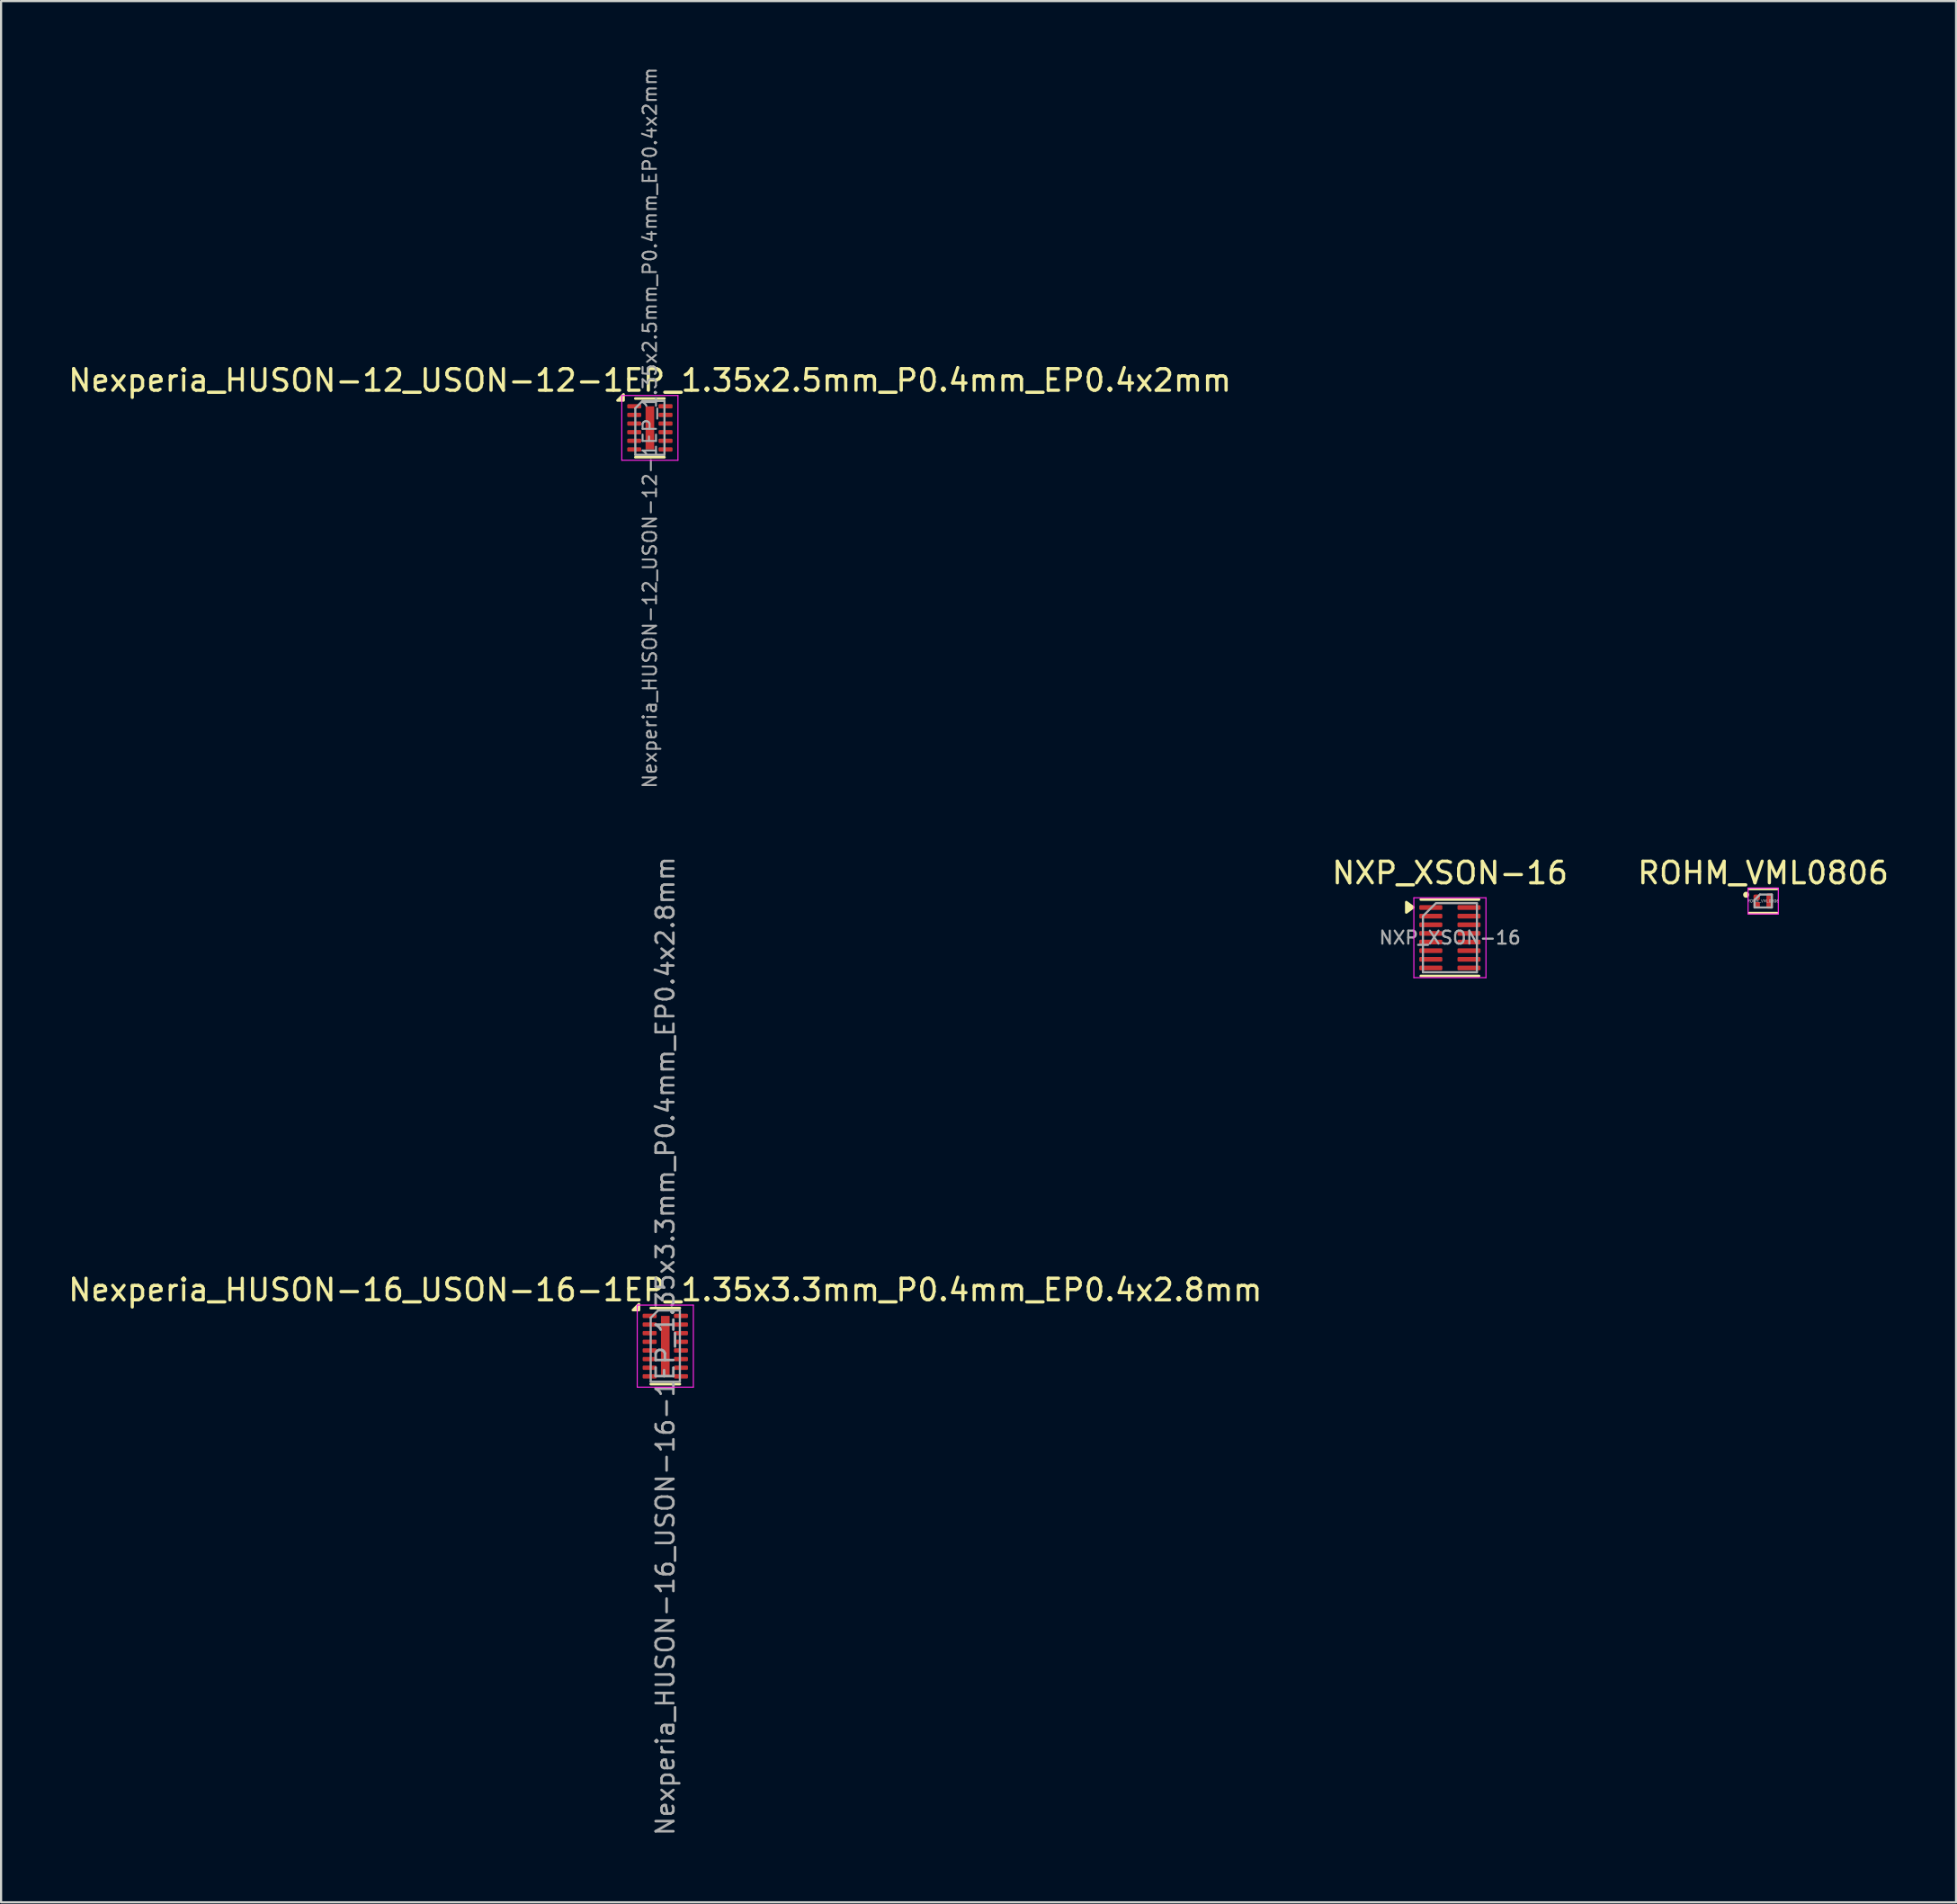
<source format=kicad_pcb>
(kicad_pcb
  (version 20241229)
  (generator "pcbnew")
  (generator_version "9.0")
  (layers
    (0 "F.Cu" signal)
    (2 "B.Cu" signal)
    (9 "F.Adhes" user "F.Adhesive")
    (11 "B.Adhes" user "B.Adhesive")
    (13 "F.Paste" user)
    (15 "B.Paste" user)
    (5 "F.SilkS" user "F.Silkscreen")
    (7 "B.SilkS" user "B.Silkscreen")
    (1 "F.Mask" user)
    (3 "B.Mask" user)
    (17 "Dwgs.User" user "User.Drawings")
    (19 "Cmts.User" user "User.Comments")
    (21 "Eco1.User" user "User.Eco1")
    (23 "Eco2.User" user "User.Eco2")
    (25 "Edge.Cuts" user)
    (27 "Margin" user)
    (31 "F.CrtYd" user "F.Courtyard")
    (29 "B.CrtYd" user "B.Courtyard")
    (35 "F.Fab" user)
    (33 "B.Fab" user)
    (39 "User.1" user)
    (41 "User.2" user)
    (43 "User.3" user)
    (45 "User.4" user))
  (footprint "NXP_XSON-16"
    (layer "F.Cu")
    (at 64.113 40.386)
    (property "Reference" "NXP_XSON-16" (at 0 -3 0) (layer "F.SilkS") (effects (font (size 1 1) (thickness 0.15))))
    (attr smd)
    (fp_line (start -1.35 -1.77) (end 1.35 -1.77) (stroke (width 0.12) (type solid)) (layer "F.SilkS"))
    (fp_line (start 1.35 1.77) (end -1.35 1.77) (stroke (width 0.12) (type solid)) (layer "F.SilkS"))
    (fp_poly (pts (xy -1.69 -1.41) (xy -2.02 -1.17) (xy -2.02 -1.65) (xy -1.69 -1.41)) (stroke (width 0.12) (type solid)) (fill yes) (layer "F.SilkS"))
    (fp_line (start -1.67 -1.85) (end -1.67 1.85) (stroke (width 0.05) (type solid)) (layer "F.CrtYd"))
    (fp_line (start -1.67 -1.85) (end 1.67 -1.85) (stroke (width 0.05) (type solid)) (layer "F.CrtYd"))
    (fp_line (start 1.67 1.85) (end -1.67 1.85) (stroke (width 0.05) (type solid)) (layer "F.CrtYd"))
    (fp_line (start 1.67 1.85) (end 1.67 -1.85) (stroke (width 0.05) (type solid)) (layer "F.CrtYd"))
    (fp_line (start -1.25 -0.975) (end -1.25 1.6) (stroke (width 0.1) (type solid)) (layer "F.Fab"))
    (fp_line (start -1.25 1.6) (end 1.25 1.6) (stroke (width 0.1) (type solid)) (layer "F.Fab"))
    (fp_line (start -0.65 -1.6) (end -1.25 -1) (stroke (width 0.1) (type solid)) (layer "F.Fab"))
    (fp_line (start -0.625 -1.6) (end 1.25 -1.6) (stroke (width 0.1) (type solid)) (layer "F.Fab"))
    (fp_line (start 1.25 -1.6) (end 1.25 1.6) (stroke (width 0.1) (type solid)) (layer "F.Fab"))
    (fp_text user "${REFERENCE}" (at 0 0 0) (layer "F.Fab") (effects (font (size 0.6 0.6) (thickness 0.1))))
    (pad "1" smd roundrect (at -0.885 -1.4) (size 1.07 0.22) (layers "F.Cu" "F.Mask" "F.Paste") (roundrect_rratio 0.25))
    (pad "2" smd roundrect (at -0.885 -1) (size 1.07 0.22) (layers "F.Cu" "F.Mask" "F.Paste") (roundrect_rratio 0.25))
    (pad "3" smd roundrect (at -0.885 -0.6) (size 1.07 0.22) (layers "F.Cu" "F.Mask" "F.Paste") (roundrect_rratio 0.25))
    (pad "4" smd roundrect (at -0.885 -0.2) (size 1.07 0.22) (layers "F.Cu" "F.Mask" "F.Paste") (roundrect_rratio 0.25))
    (pad "5" smd roundrect (at -0.885 0.2) (size 1.07 0.22) (layers "F.Cu" "F.Mask" "F.Paste") (roundrect_rratio 0.25))
    (pad "6" smd roundrect (at -0.885 0.6) (size 1.07 0.22) (layers "F.Cu" "F.Mask" "F.Paste") (roundrect_rratio 0.25))
    (pad "7" smd roundrect (at -0.885 1) (size 1.07 0.22) (layers "F.Cu" "F.Mask" "F.Paste") (roundrect_rratio 0.25))
    (pad "8" smd roundrect (at -0.885 1.4) (size 1.07 0.22) (layers "F.Cu" "F.Mask" "F.Paste") (roundrect_rratio 0.25))
    (pad "9" smd roundrect (at 0.885 1.4) (size 1.07 0.22) (layers "F.Cu" "F.Mask" "F.Paste") (roundrect_rratio 0.25))
    (pad "10" smd roundrect (at 0.885 1) (size 1.07 0.22) (layers "F.Cu" "F.Mask" "F.Paste") (roundrect_rratio 0.25))
    (pad "11" smd roundrect (at 0.885 0.6) (size 1.07 0.22) (layers "F.Cu" "F.Mask" "F.Paste") (roundrect_rratio 0.25))
    (pad "12" smd roundrect (at 0.885 0.2) (size 1.07 0.22) (layers "F.Cu" "F.Mask" "F.Paste") (roundrect_rratio 0.25))
    (pad "13" smd roundrect (at 0.885 -0.2) (size 1.07 0.22) (layers "F.Cu" "F.Mask" "F.Paste") (roundrect_rratio 0.25))
    (pad "14" smd roundrect (at 0.885 -0.6) (size 1.07 0.22) (layers "F.Cu" "F.Mask" "F.Paste") (roundrect_rratio 0.25))
    (pad "15" smd roundrect (at 0.885 -1) (size 1.07 0.22) (layers "F.Cu" "F.Mask" "F.Paste") (roundrect_rratio 0.25))
    (pad "16" smd roundrect (at 0.885 -1.4) (size 1.07 0.22) (layers "F.Cu" "F.Mask" "F.Paste") (roundrect_rratio 0.25)))
  (footprint "Nexperia_HUSON-12_USON-12-1EP_1.35x2.5mm_P0.4mm_EP0.4x2mm"
    (layer "F.Cu")
    (at 27.054 16.769)
    (property "Reference" "Nexperia_HUSON-12_USON-12-1EP_1.35x2.5mm_P0.4mm_EP0.4x2mm" (at 0 -2.2 0) (layer "F.SilkS") (effects (font (size 1 1) (thickness 0.15))))
    (attr smd)
    (fp_line (start -0.675 -1.36) (end 0.675 -1.36) (stroke (width 0.12) (type solid)) (layer "F.SilkS"))
    (fp_line (start -0.675 1.36) (end 0.675 1.36) (stroke (width 0.12) (type solid)) (layer "F.SilkS"))
    (fp_poly (pts (xy -1.22 -1.27) (xy -1.5 -1.27) (xy -1.22 -1.55) (xy -1.22 -1.27)) (stroke (width 0.12) (type solid)) (fill yes) (layer "F.SilkS"))
    (fp_line (start -1.3 -1.5) (end -1.3 1.5) (stroke (width 0.05) (type solid)) (layer "F.CrtYd"))
    (fp_line (start -1.3 1.5) (end 1.3 1.5) (stroke (width 0.05) (type solid)) (layer "F.CrtYd"))
    (fp_line (start 1.3 -1.5) (end -1.3 -1.5) (stroke (width 0.05) (type solid)) (layer "F.CrtYd"))
    (fp_line (start 1.3 1.5) (end 1.3 -1.5) (stroke (width 0.05) (type solid)) (layer "F.CrtYd"))
    (fp_line (start -0.675 -0.912) (end -0.338 -1.25) (stroke (width 0.1) (type solid)) (layer "F.Fab"))
    (fp_line (start -0.675 1.25) (end -0.675 -0.912) (stroke (width 0.1) (type solid)) (layer "F.Fab"))
    (fp_line (start -0.338 -1.25) (end 0.675 -1.25) (stroke (width 0.1) (type solid)) (layer "F.Fab"))
    (fp_line (start 0.675 -1.25) (end 0.675 1.25) (stroke (width 0.1) (type solid)) (layer "F.Fab"))
    (fp_line (start 0.675 1.25) (end -0.675 1.25) (stroke (width 0.1) (type solid)) (layer "F.Fab"))
    (fp_text user "${REFERENCE}" (at 0 0 90) (layer "F.Fab") (effects (font (size 0.62 0.62) (thickness 0.09))))
    (pad "" smd roundrect (at 0 0) (size 0.32 1.61) (layers "F.Paste") (roundrect_rratio 0.25))
    (pad "1" smd roundrect (at -0.725 -1) (size 0.65 0.2) (layers "F.Cu" "F.Mask" "F.Paste") (roundrect_rratio 0.25))
    (pad "2" smd roundrect (at -0.725 -0.6) (size 0.65 0.2) (layers "F.Cu" "F.Mask" "F.Paste") (roundrect_rratio 0.25))
    (pad "3" smd roundrect (at -0.725 -0.2) (size 0.65 0.2) (layers "F.Cu" "F.Mask" "F.Paste") (roundrect_rratio 0.25))
    (pad "4" smd roundrect (at -0.725 0.2) (size 0.65 0.2) (layers "F.Cu" "F.Mask" "F.Paste") (roundrect_rratio 0.25))
    (pad "5" smd roundrect (at -0.725 0.6) (size 0.65 0.2) (layers "F.Cu" "F.Mask" "F.Paste") (roundrect_rratio 0.25))
    (pad "6" smd roundrect (at -0.725 1) (size 0.65 0.2) (layers "F.Cu" "F.Mask" "F.Paste") (roundrect_rratio 0.25))
    (pad "7" smd roundrect (at 0.725 1) (size 0.65 0.2) (layers "F.Cu" "F.Mask" "F.Paste") (roundrect_rratio 0.25))
    (pad "8" smd roundrect (at 0.725 0.6) (size 0.65 0.2) (layers "F.Cu" "F.Mask" "F.Paste") (roundrect_rratio 0.25))
    (pad "9" smd roundrect (at 0.725 0.2) (size 0.65 0.2) (layers "F.Cu" "F.Mask" "F.Paste") (roundrect_rratio 0.25))
    (pad "10" smd roundrect (at 0.725 -0.2) (size 0.65 0.2) (layers "F.Cu" "F.Mask" "F.Paste") (roundrect_rratio 0.25))
    (pad "11" smd roundrect (at 0.725 -0.6) (size 0.65 0.2) (layers "F.Cu" "F.Mask" "F.Paste") (roundrect_rratio 0.25))
    (pad "12" smd roundrect (at 0.725 -1) (size 0.65 0.2) (layers "F.Cu" "F.Mask" "F.Paste") (roundrect_rratio 0.25))
    (pad "13" smd rect (at 0 0) (size 0.4 2) (property pad_prop_heatsink) (layers "F.Cu" "F.Mask")))
  (footprint "Nexperia_HUSON-16_USON-16-1EP_1.35x3.3mm_P0.4mm_EP0.4x2.8mm"
    (layer "F.Cu")
    (at 27.768 59.303)
    (property "Reference" "Nexperia_HUSON-16_USON-16-1EP_1.35x3.3mm_P0.4mm_EP0.4x2.8mm" (at 0 -2.6 0) (layer "F.SilkS") (effects (font (size 1 1) (thickness 0.15))))
    (attr smd)
    (fp_line (start -0.675 -1.76) (end 0.675 -1.76) (stroke (width 0.12) (type solid)) (layer "F.SilkS"))
    (fp_line (start -0.675 1.76) (end 0.675 1.76) (stroke (width 0.12) (type solid)) (layer "F.SilkS"))
    (fp_poly (pts (xy -1.22 -1.67) (xy -1.5 -1.67) (xy -1.22 -1.95) (xy -1.22 -1.67)) (stroke (width 0.12) (type solid)) (fill yes) (layer "F.SilkS"))
    (fp_line (start -1.3 -1.9) (end -1.3 1.9) (stroke (width 0.05) (type solid)) (layer "F.CrtYd"))
    (fp_line (start -1.3 1.9) (end 1.3 1.9) (stroke (width 0.05) (type solid)) (layer "F.CrtYd"))
    (fp_line (start 1.3 -1.9) (end -1.3 -1.9) (stroke (width 0.05) (type solid)) (layer "F.CrtYd"))
    (fp_line (start 1.3 1.9) (end 1.3 -1.9) (stroke (width 0.05) (type solid)) (layer "F.CrtYd"))
    (fp_line (start -0.675 -1.312) (end -0.338 -1.65) (stroke (width 0.1) (type solid)) (layer "F.Fab"))
    (fp_line (start -0.675 1.65) (end -0.675 -1.312) (stroke (width 0.1) (type solid)) (layer "F.Fab"))
    (fp_line (start -0.338 -1.65) (end 0.675 -1.65) (stroke (width 0.1) (type solid)) (layer "F.Fab"))
    (fp_line (start 0.675 -1.65) (end 0.675 1.65) (stroke (width 0.1) (type solid)) (layer "F.Fab"))
    (fp_line (start 0.675 1.65) (end -0.675 1.65) (stroke (width 0.1) (type solid)) (layer "F.Fab"))
    (fp_text user "${REFERENCE}" (at 0 0 90) (layer "F.Fab") (effects (font (size 0.82 0.82) (thickness 0.12))))
    (pad "" smd roundrect (at 0 0) (size 0.32 2.26) (layers "F.Paste") (roundrect_rratio 0.25))
    (pad "1" smd roundrect (at -0.725 -1.4) (size 0.65 0.2) (layers "F.Cu" "F.Mask" "F.Paste") (roundrect_rratio 0.25))
    (pad "2" smd roundrect (at -0.725 -1) (size 0.65 0.2) (layers "F.Cu" "F.Mask" "F.Paste") (roundrect_rratio 0.25))
    (pad "3" smd roundrect (at -0.725 -0.6) (size 0.65 0.2) (layers "F.Cu" "F.Mask" "F.Paste") (roundrect_rratio 0.25))
    (pad "4" smd roundrect (at -0.725 -0.2) (size 0.65 0.2) (layers "F.Cu" "F.Mask" "F.Paste") (roundrect_rratio 0.25))
    (pad "5" smd roundrect (at -0.725 0.2) (size 0.65 0.2) (layers "F.Cu" "F.Mask" "F.Paste") (roundrect_rratio 0.25))
    (pad "6" smd roundrect (at -0.725 0.6) (size 0.65 0.2) (layers "F.Cu" "F.Mask" "F.Paste") (roundrect_rratio 0.25))
    (pad "7" smd roundrect (at -0.725 1) (size 0.65 0.2) (layers "F.Cu" "F.Mask" "F.Paste") (roundrect_rratio 0.25))
    (pad "8" smd roundrect (at -0.725 1.4) (size 0.65 0.2) (layers "F.Cu" "F.Mask" "F.Paste") (roundrect_rratio 0.25))
    (pad "9" smd roundrect (at 0.725 1.4) (size 0.65 0.2) (layers "F.Cu" "F.Mask" "F.Paste") (roundrect_rratio 0.25))
    (pad "10" smd roundrect (at 0.725 1) (size 0.65 0.2) (layers "F.Cu" "F.Mask" "F.Paste") (roundrect_rratio 0.25))
    (pad "11" smd roundrect (at 0.725 0.6) (size 0.65 0.2) (layers "F.Cu" "F.Mask" "F.Paste") (roundrect_rratio 0.25))
    (pad "12" smd roundrect (at 0.725 0.2) (size 0.65 0.2) (layers "F.Cu" "F.Mask" "F.Paste") (roundrect_rratio 0.25))
    (pad "13" smd roundrect (at 0.725 -0.2) (size 0.65 0.2) (layers "F.Cu" "F.Mask" "F.Paste") (roundrect_rratio 0.25))
    (pad "14" smd roundrect (at 0.725 -0.6) (size 0.65 0.2) (layers "F.Cu" "F.Mask" "F.Paste") (roundrect_rratio 0.25))
    (pad "15" smd roundrect (at 0.725 -1) (size 0.65 0.2) (layers "F.Cu" "F.Mask" "F.Paste") (roundrect_rratio 0.25))
    (pad "16" smd roundrect (at 0.725 -1.4) (size 0.65 0.2) (layers "F.Cu" "F.Mask" "F.Paste") (roundrect_rratio 0.25))
    (pad "17" smd rect (at 0 0) (size 0.4 2.8) (property pad_prop_heatsink) (layers "F.Cu" "F.Mask")))
  (footprint "ROHM_VML0806"
    (layer "F.Cu")
    (at 78.625 38.686)
    (property "Reference" "ROHM_VML0806" (at 0 -1.3 0) (layer "F.SilkS") (effects (font (size 1 1) (thickness 0.15))))
    (attr smd)
    (fp_line (start 0.66 -0.56) (end -0.66 -0.56) (stroke (width 0.12) (type solid)) (layer "F.SilkS"))
    (fp_line (start 0.66 0.56) (end -0.66 0.56) (stroke (width 0.12) (type solid)) (layer "F.SilkS"))
    (fp_circle (center -0.79 -0.29) (end -0.65 -0.3) (stroke (width 0) (type solid)) (fill yes) (layer "F.SilkS"))
    (fp_line (start -0.7 -0.6) (end 0.7 -0.6) (stroke (width 0.05) (type solid)) (layer "F.CrtYd"))
    (fp_line (start -0.7 0.6) (end -0.7 -0.6) (stroke (width 0.05) (type solid)) (layer "F.CrtYd"))
    (fp_line (start 0.7 -0.6) (end 0.7 0.6) (stroke (width 0.05) (type solid)) (layer "F.CrtYd"))
    (fp_line (start 0.7 0.6) (end -0.7 0.6) (stroke (width 0.05) (type solid)) (layer "F.CrtYd"))
    (fp_line (start -0.4 0.3) (end -0.4 -0.05) (stroke (width 0.1) (type solid)) (layer "F.Fab"))
    (fp_line (start -0.15 -0.3) (end -0.4 -0.05) (stroke (width 0.1) (type solid)) (layer "F.Fab"))
    (fp_line (start -0.15 -0.3) (end 0.4 -0.3) (stroke (width 0.1) (type solid)) (layer "F.Fab"))
    (fp_line (start 0.4 -0.3) (end 0.4 0.3) (stroke (width 0.1) (type solid)) (layer "F.Fab"))
    (fp_line (start 0.4 0.3) (end -0.4 0.3) (stroke (width 0.1) (type solid)) (layer "F.Fab"))
    (fp_text user "${REFERENCE}" (at 0 0 0) (layer "F.Fab") (effects (font (size 0.127 0.127) (thickness 0.02))))
    (pad "1" smd roundrect (at -0.3 -0.175) (size 0.3 0.25) (layers "F.Cu" "F.Mask" "F.Paste") (roundrect_rratio 0.25))
    (pad "2" smd roundrect (at -0.3 0.175) (size 0.3 0.25) (layers "F.Cu" "F.Mask" "F.Paste") (roundrect_rratio 0.25))
    (pad "3" smd roundrect (at 0.3 0) (size 0.3 0.7) (layers "F.Cu" "F.Mask" "F.Paste") (roundrect_rratio 0.25)))
  (gr_rect
    (start -3 -3)
    (end 87.56 85.068)
    (stroke (width 0.1) (type default))
    (fill no)
    (layer "Edge.Cuts")))
</source>
